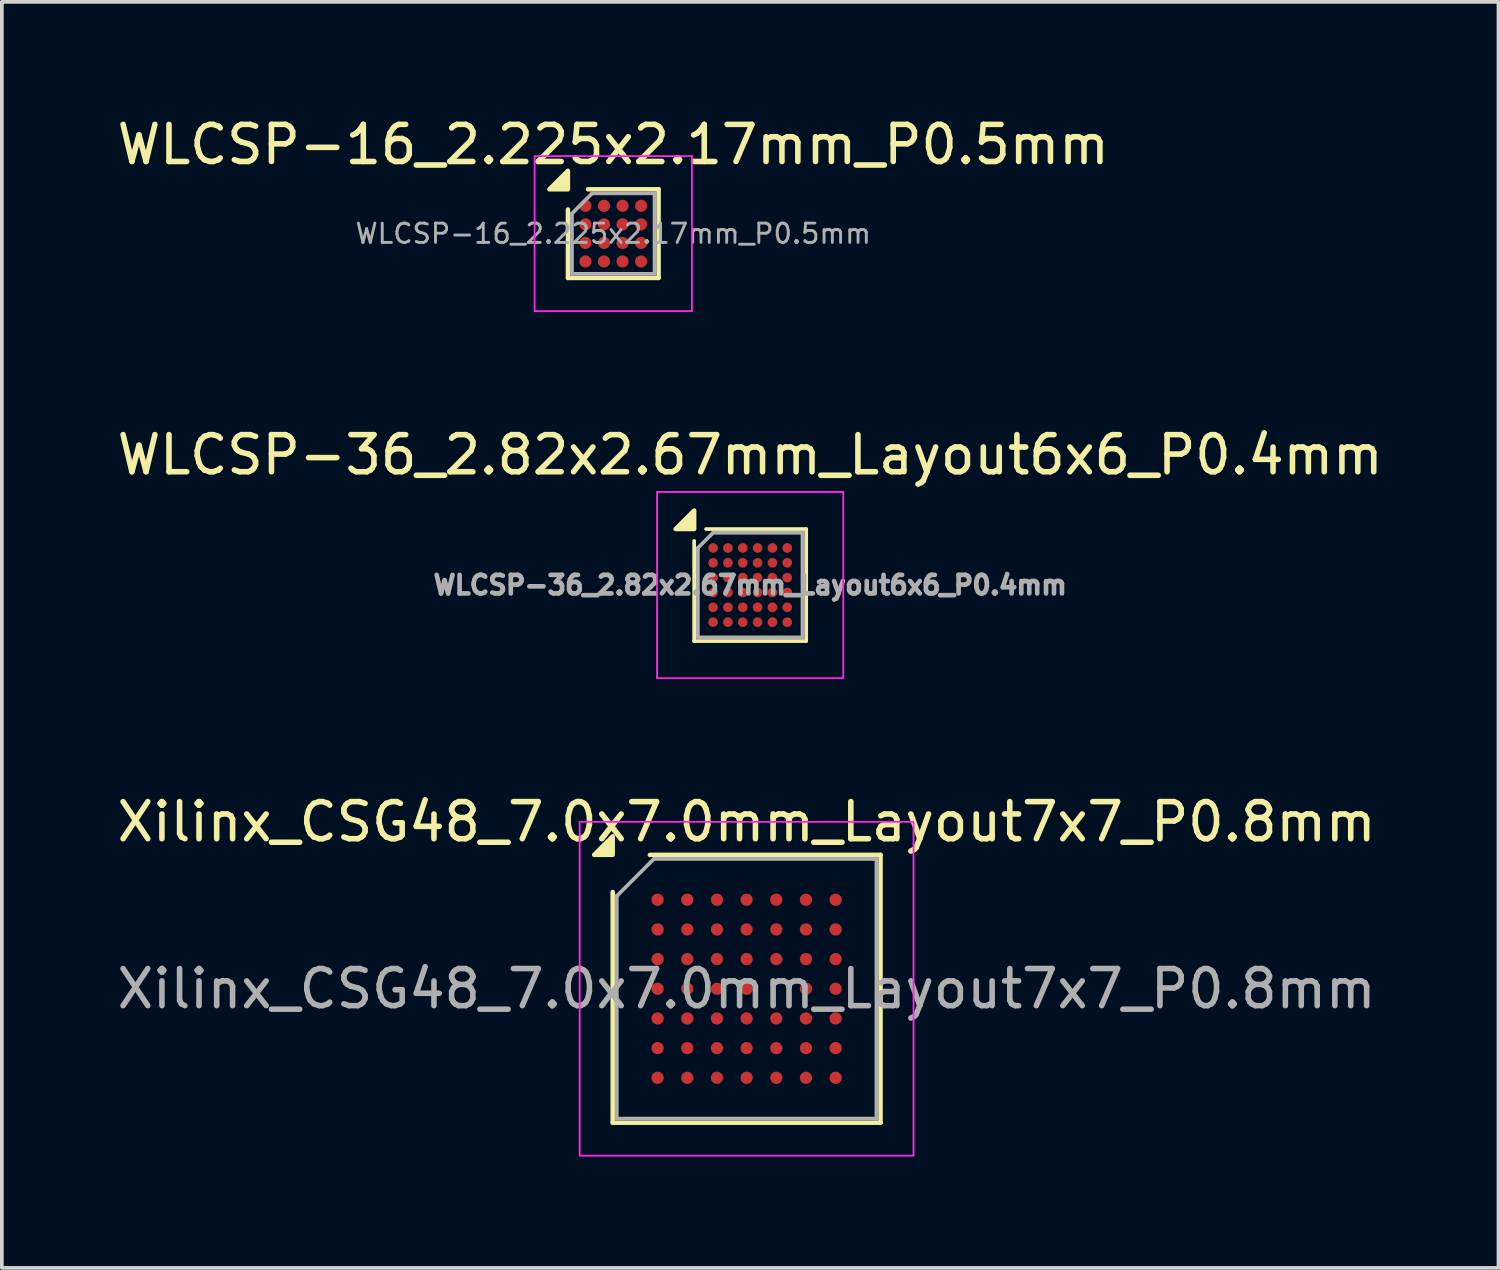
<source format=kicad_pcb>
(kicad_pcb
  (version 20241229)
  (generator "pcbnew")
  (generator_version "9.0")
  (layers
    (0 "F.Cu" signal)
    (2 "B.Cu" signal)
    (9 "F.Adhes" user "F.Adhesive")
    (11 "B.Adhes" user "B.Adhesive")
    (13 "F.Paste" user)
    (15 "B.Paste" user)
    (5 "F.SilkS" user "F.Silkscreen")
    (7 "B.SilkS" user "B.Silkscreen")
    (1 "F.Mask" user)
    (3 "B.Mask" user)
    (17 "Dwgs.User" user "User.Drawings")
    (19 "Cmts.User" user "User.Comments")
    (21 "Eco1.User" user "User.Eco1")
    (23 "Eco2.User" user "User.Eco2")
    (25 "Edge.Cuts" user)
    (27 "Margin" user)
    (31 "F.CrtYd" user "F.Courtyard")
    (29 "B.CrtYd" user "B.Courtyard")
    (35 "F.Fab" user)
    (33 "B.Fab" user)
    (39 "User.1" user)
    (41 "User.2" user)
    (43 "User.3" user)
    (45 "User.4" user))
  (footprint "Xilinx_CSG48_7.0x7.0mm_Layout7x7_P0.8mm"
    (layer "F.Cu")
    (at 17.077 23.605)
    (property "Reference" "Xilinx_CSG48_7.0x7.0mm_Layout7x7_P0.8mm" (at 0 -4.5 0) (layer "F.SilkS") (effects (font (size 1 1) (thickness 0.15))))
    (attr smd)
    (fp_line (start -3.61 3.61) (end -3.61 -2.61) (stroke (width 0.12) (type solid)) (layer "F.SilkS"))
    (fp_line (start -2.61 -3.61) (end 3.61 -3.61) (stroke (width 0.12) (type solid)) (layer "F.SilkS"))
    (fp_line (start 3.61 -3.61) (end 3.61 3.61) (stroke (width 0.12) (type solid)) (layer "F.SilkS"))
    (fp_line (start 3.61 3.61) (end -3.61 3.61) (stroke (width 0.12) (type solid)) (layer "F.SilkS"))
    (fp_poly (pts (xy -3.61 -3.61) (xy -4.11 -3.61) (xy -3.61 -4.11)) (stroke (width 0.12) (type solid)) (fill yes) (layer "F.SilkS"))
    (fp_rect (start -4.5 -4.5) (end 4.5 4.5) (stroke (width 0.05) (type solid)) (fill no) (layer "F.CrtYd"))
    (fp_line (start -3.5 -2.5) (end -2.5 -3.5) (stroke (width 0.1) (type solid)) (layer "F.Fab"))
    (fp_line (start -3.5 3.5) (end -3.5 -2.5) (stroke (width 0.1) (type solid)) (layer "F.Fab"))
    (fp_line (start -2.5 -3.5) (end 3.5 -3.5) (stroke (width 0.1) (type solid)) (layer "F.Fab"))
    (fp_line (start 3.5 -3.5) (end 3.5 3.5) (stroke (width 0.1) (type solid)) (layer "F.Fab"))
    (fp_line (start 3.5 3.5) (end -3.5 3.5) (stroke (width 0.1) (type solid)) (layer "F.Fab"))
    (fp_text user "${REFERENCE}" (at 0 0 0) (layer "F.Fab") (effects (font (size 1 1) (thickness 0.15))))
    (pad "A1" smd circle (at -2.4 -2.4) (size 0.33 0.33) (property pad_prop_bga) (layers "F.Cu" "F.Mask" "F.Paste"))
    (pad "A2" smd circle (at -1.6 -2.4) (size 0.33 0.33) (property pad_prop_bga) (layers "F.Cu" "F.Mask" "F.Paste"))
    (pad "A3" smd circle (at -0.8 -2.4) (size 0.33 0.33) (property pad_prop_bga) (layers "F.Cu" "F.Mask" "F.Paste"))
    (pad "A4" smd circle (at 0 -2.4) (size 0.33 0.33) (property pad_prop_bga) (layers "F.Cu" "F.Mask" "F.Paste"))
    (pad "A5" smd circle (at 0.8 -2.4) (size 0.33 0.33) (property pad_prop_bga) (layers "F.Cu" "F.Mask" "F.Paste"))
    (pad "A6" smd circle (at 1.6 -2.4) (size 0.33 0.33) (property pad_prop_bga) (layers "F.Cu" "F.Mask" "F.Paste"))
    (pad "A7" smd circle (at 2.4 -2.4) (size 0.33 0.33) (property pad_prop_bga) (layers "F.Cu" "F.Mask" "F.Paste"))
    (pad "B1" smd circle (at -2.4 -1.6) (size 0.33 0.33) (property pad_prop_bga) (layers "F.Cu" "F.Mask" "F.Paste"))
    (pad "B2" smd circle (at -1.6 -1.6) (size 0.33 0.33) (property pad_prop_bga) (layers "F.Cu" "F.Mask" "F.Paste"))
    (pad "B3" smd circle (at -0.8 -1.6) (size 0.33 0.33) (property pad_prop_bga) (layers "F.Cu" "F.Mask" "F.Paste"))
    (pad "B4" smd circle (at 0 -1.6) (size 0.33 0.33) (property pad_prop_bga) (layers "F.Cu" "F.Mask" "F.Paste"))
    (pad "B5" smd circle (at 0.8 -1.6) (size 0.33 0.33) (property pad_prop_bga) (layers "F.Cu" "F.Mask" "F.Paste"))
    (pad "B6" smd circle (at 1.6 -1.6) (size 0.33 0.33) (property pad_prop_bga) (layers "F.Cu" "F.Mask" "F.Paste"))
    (pad "B7" smd circle (at 2.4 -1.6) (size 0.33 0.33) (property pad_prop_bga) (layers "F.Cu" "F.Mask" "F.Paste"))
    (pad "C1" smd circle (at -2.4 -0.8) (size 0.33 0.33) (property pad_prop_bga) (layers "F.Cu" "F.Mask" "F.Paste"))
    (pad "C2" smd circle (at -1.6 -0.8) (size 0.33 0.33) (property pad_prop_bga) (layers "F.Cu" "F.Mask" "F.Paste"))
    (pad "C3" smd circle (at -0.8 -0.8) (size 0.33 0.33) (property pad_prop_bga) (layers "F.Cu" "F.Mask" "F.Paste"))
    (pad "C4" smd circle (at 0 -0.8) (size 0.33 0.33) (property pad_prop_bga) (layers "F.Cu" "F.Mask" "F.Paste"))
    (pad "C5" smd circle (at 0.8 -0.8) (size 0.33 0.33) (property pad_prop_bga) (layers "F.Cu" "F.Mask" "F.Paste"))
    (pad "C6" smd circle (at 1.6 -0.8) (size 0.33 0.33) (property pad_prop_bga) (layers "F.Cu" "F.Mask" "F.Paste"))
    (pad "C7" smd circle (at 2.4 -0.8) (size 0.33 0.33) (property pad_prop_bga) (layers "F.Cu" "F.Mask" "F.Paste"))
    (pad "D1" smd circle (at -2.4 0) (size 0.33 0.33) (property pad_prop_bga) (layers "F.Cu" "F.Mask" "F.Paste"))
    (pad "D2" smd circle (at -1.6 0) (size 0.33 0.33) (property pad_prop_bga) (layers "F.Cu" "F.Mask" "F.Paste"))
    (pad "D3" smd circle (at -0.8 0) (size 0.33 0.33) (property pad_prop_bga) (layers "F.Cu" "F.Mask" "F.Paste"))
    (pad "D4" smd circle (at 0 0) (size 0.33 0.33) (property pad_prop_bga) (layers "F.Cu" "F.Mask" "F.Paste"))
    (pad "D6" smd circle (at 1.6 0) (size 0.33 0.33) (property pad_prop_bga) (layers "F.Cu" "F.Mask" "F.Paste"))
    (pad "D7" smd circle (at 2.4 0) (size 0.33 0.33) (property pad_prop_bga) (layers "F.Cu" "F.Mask" "F.Paste"))
    (pad "E1" smd circle (at -2.4 0.8) (size 0.33 0.33) (property pad_prop_bga) (layers "F.Cu" "F.Mask" "F.Paste"))
    (pad "E2" smd circle (at -1.6 0.8) (size 0.33 0.33) (property pad_prop_bga) (layers "F.Cu" "F.Mask" "F.Paste"))
    (pad "E3" smd circle (at -0.8 0.8) (size 0.33 0.33) (property pad_prop_bga) (layers "F.Cu" "F.Mask" "F.Paste"))
    (pad "E4" smd circle (at 0 0.8) (size 0.33 0.33) (property pad_prop_bga) (layers "F.Cu" "F.Mask" "F.Paste"))
    (pad "E5" smd circle (at 0.8 0.8) (size 0.33 0.33) (property pad_prop_bga) (layers "F.Cu" "F.Mask" "F.Paste"))
    (pad "E6" smd circle (at 1.6 0.8) (size 0.33 0.33) (property pad_prop_bga) (layers "F.Cu" "F.Mask" "F.Paste"))
    (pad "E7" smd circle (at 2.4 0.8) (size 0.33 0.33) (property pad_prop_bga) (layers "F.Cu" "F.Mask" "F.Paste"))
    (pad "F1" smd circle (at -2.4 1.6) (size 0.33 0.33) (property pad_prop_bga) (layers "F.Cu" "F.Mask" "F.Paste"))
    (pad "F2" smd circle (at -1.6 1.6) (size 0.33 0.33) (property pad_prop_bga) (layers "F.Cu" "F.Mask" "F.Paste"))
    (pad "F3" smd circle (at -0.8 1.6) (size 0.33 0.33) (property pad_prop_bga) (layers "F.Cu" "F.Mask" "F.Paste"))
    (pad "F4" smd circle (at 0 1.6) (size 0.33 0.33) (property pad_prop_bga) (layers "F.Cu" "F.Mask" "F.Paste"))
    (pad "F5" smd circle (at 0.8 1.6) (size 0.33 0.33) (property pad_prop_bga) (layers "F.Cu" "F.Mask" "F.Paste"))
    (pad "F6" smd circle (at 1.6 1.6) (size 0.33 0.33) (property pad_prop_bga) (layers "F.Cu" "F.Mask" "F.Paste"))
    (pad "F7" smd circle (at 2.4 1.6) (size 0.33 0.33) (property pad_prop_bga) (layers "F.Cu" "F.Mask" "F.Paste"))
    (pad "G1" smd circle (at -2.4 2.4) (size 0.33 0.33) (property pad_prop_bga) (layers "F.Cu" "F.Mask" "F.Paste"))
    (pad "G2" smd circle (at -1.6 2.4) (size 0.33 0.33) (property pad_prop_bga) (layers "F.Cu" "F.Mask" "F.Paste"))
    (pad "G3" smd circle (at -0.8 2.4) (size 0.33 0.33) (property pad_prop_bga) (layers "F.Cu" "F.Mask" "F.Paste"))
    (pad "G4" smd circle (at 0 2.4) (size 0.33 0.33) (property pad_prop_bga) (layers "F.Cu" "F.Mask" "F.Paste"))
    (pad "G5" smd circle (at 0.8 2.4) (size 0.33 0.33) (property pad_prop_bga) (layers "F.Cu" "F.Mask" "F.Paste"))
    (pad "G6" smd circle (at 1.6 2.4) (size 0.33 0.33) (property pad_prop_bga) (layers "F.Cu" "F.Mask" "F.Paste"))
    (pad "G7" smd circle (at 2.4 2.4) (size 0.33 0.33) (property pad_prop_bga) (layers "F.Cu" "F.Mask" "F.Paste")))
  (footprint "WLCSP-36_2.82x2.67mm_Layout6x6_P0.4mm"
    (layer "F.Cu")
    (at 17.173 12.722)
    (property "Reference" "WLCSP-36_2.82x2.67mm_Layout6x6_P0.4mm" (at 0 -3.51 0) (layer "F.SilkS") (effects (font (size 1 1) (thickness 0.15))))
    (attr smd)
    (fp_line (start -1.51 1.51) (end -1.51 -1.19) (stroke (width 0.1) (type solid)) (layer "F.SilkS"))
    (fp_line (start -1.51 1.51) (end 1.51 1.51) (stroke (width 0.1) (type solid)) (layer "F.SilkS"))
    (fp_line (start -1.19 -1.51) (end 1.51 -1.51) (stroke (width 0.1) (type solid)) (layer "F.SilkS"))
    (fp_line (start 1.51 1.51) (end 1.51 -1.51) (stroke (width 0.1) (type solid)) (layer "F.SilkS"))
    (fp_poly (pts (xy -1.51 -1.51) (xy -2.01 -1.51) (xy -1.51 -2.01) (xy -1.51 -1.51)) (stroke (width 0.12) (type solid)) (fill yes) (layer "F.SilkS"))
    (fp_line (start -2.51 -2.51) (end 2.51 -2.51) (stroke (width 0.05) (type solid)) (layer "F.CrtYd"))
    (fp_line (start -2.51 2.51) (end -2.51 -2.51) (stroke (width 0.05) (type solid)) (layer "F.CrtYd"))
    (fp_line (start -2.51 2.51) (end 2.51 2.51) (stroke (width 0.05) (type solid)) (layer "F.CrtYd"))
    (fp_line (start 2.51 2.51) (end 2.51 -2.51) (stroke (width 0.05) (type solid)) (layer "F.CrtYd"))
    (fp_line (start -1.41 -1) (end -1 -1.41) (stroke (width 0.1) (type solid)) (layer "F.Fab"))
    (fp_line (start -1.41 1.41) (end -1.41 -1) (stroke (width 0.1) (type solid)) (layer "F.Fab"))
    (fp_line (start -1.41 1.41) (end 1.41 1.41) (stroke (width 0.1) (type solid)) (layer "F.Fab"))
    (fp_line (start -1 -1.41) (end 1.41 -1.41) (stroke (width 0.1) (type solid)) (layer "F.Fab"))
    (fp_line (start 1.41 1.41) (end 1.41 -1.41) (stroke (width 0.1) (type solid)) (layer "F.Fab"))
    (fp_text user "${REFERENCE}" (at 0 0 0) (layer "F.Fab") (effects (font (size 0.5 0.5) (thickness 0.125))))
    (pad "A1" smd circle (at -1 -1) (size 0.26 0.26) (property pad_prop_bga) (layers "F.Cu" "F.Mask" "F.Paste"))
    (pad "A2" smd circle (at -0.6 -1) (size 0.26 0.26) (property pad_prop_bga) (layers "F.Cu" "F.Mask" "F.Paste"))
    (pad "A3" smd circle (at -0.2 -1) (size 0.26 0.26) (property pad_prop_bga) (layers "F.Cu" "F.Mask" "F.Paste"))
    (pad "A4" smd circle (at 0.2 -1) (size 0.26 0.26) (property pad_prop_bga) (layers "F.Cu" "F.Mask" "F.Paste"))
    (pad "A5" smd circle (at 0.6 -1) (size 0.26 0.26) (property pad_prop_bga) (layers "F.Cu" "F.Mask" "F.Paste"))
    (pad "A6" smd circle (at 1 -1) (size 0.26 0.26) (property pad_prop_bga) (layers "F.Cu" "F.Mask" "F.Paste"))
    (pad "B1" smd circle (at -1 -0.6) (size 0.26 0.26) (property pad_prop_bga) (layers "F.Cu" "F.Mask" "F.Paste"))
    (pad "B2" smd circle (at -0.6 -0.6) (size 0.26 0.26) (property pad_prop_bga) (layers "F.Cu" "F.Mask" "F.Paste"))
    (pad "B3" smd circle (at -0.2 -0.6) (size 0.26 0.26) (property pad_prop_bga) (layers "F.Cu" "F.Mask" "F.Paste"))
    (pad "B4" smd circle (at 0.2 -0.6) (size 0.26 0.26) (property pad_prop_bga) (layers "F.Cu" "F.Mask" "F.Paste"))
    (pad "B5" smd circle (at 0.6 -0.6) (size 0.26 0.26) (property pad_prop_bga) (layers "F.Cu" "F.Mask" "F.Paste"))
    (pad "B6" smd circle (at 1 -0.6) (size 0.26 0.26) (property pad_prop_bga) (layers "F.Cu" "F.Mask" "F.Paste"))
    (pad "C1" smd circle (at -1 -0.2) (size 0.26 0.26) (property pad_prop_bga) (layers "F.Cu" "F.Mask" "F.Paste"))
    (pad "C2" smd circle (at -0.6 -0.2) (size 0.26 0.26) (property pad_prop_bga) (layers "F.Cu" "F.Mask" "F.Paste"))
    (pad "C3" smd circle (at -0.2 -0.2) (size 0.26 0.26) (property pad_prop_bga) (layers "F.Cu" "F.Mask" "F.Paste"))
    (pad "C4" smd circle (at 0.2 -0.2) (size 0.26 0.26) (property pad_prop_bga) (layers "F.Cu" "F.Mask" "F.Paste"))
    (pad "C5" smd circle (at 0.6 -0.2) (size 0.26 0.26) (property pad_prop_bga) (layers "F.Cu" "F.Mask" "F.Paste"))
    (pad "C6" smd circle (at 1 -0.2) (size 0.26 0.26) (property pad_prop_bga) (layers "F.Cu" "F.Mask" "F.Paste"))
    (pad "D1" smd circle (at -1 0.2) (size 0.26 0.26) (property pad_prop_bga) (layers "F.Cu" "F.Mask" "F.Paste"))
    (pad "D2" smd circle (at -0.6 0.2) (size 0.26 0.26) (property pad_prop_bga) (layers "F.Cu" "F.Mask" "F.Paste"))
    (pad "D3" smd circle (at -0.2 0.2) (size 0.26 0.26) (property pad_prop_bga) (layers "F.Cu" "F.Mask" "F.Paste"))
    (pad "D4" smd circle (at 0.2 0.2) (size 0.26 0.26) (property pad_prop_bga) (layers "F.Cu" "F.Mask" "F.Paste"))
    (pad "D5" smd circle (at 0.6 0.2) (size 0.26 0.26) (property pad_prop_bga) (layers "F.Cu" "F.Mask" "F.Paste"))
    (pad "D6" smd circle (at 1 0.2) (size 0.26 0.26) (property pad_prop_bga) (layers "F.Cu" "F.Mask" "F.Paste"))
    (pad "E1" smd circle (at -1 0.6) (size 0.26 0.26) (property pad_prop_bga) (layers "F.Cu" "F.Mask" "F.Paste"))
    (pad "E2" smd circle (at -0.6 0.6) (size 0.26 0.26) (property pad_prop_bga) (layers "F.Cu" "F.Mask" "F.Paste"))
    (pad "E3" smd circle (at -0.2 0.6) (size 0.26 0.26) (property pad_prop_bga) (layers "F.Cu" "F.Mask" "F.Paste"))
    (pad "E4" smd circle (at 0.2 0.6) (size 0.26 0.26) (property pad_prop_bga) (layers "F.Cu" "F.Mask" "F.Paste"))
    (pad "E5" smd circle (at 0.6 0.6) (size 0.26 0.26) (property pad_prop_bga) (layers "F.Cu" "F.Mask" "F.Paste"))
    (pad "E6" smd circle (at 1 0.6) (size 0.26 0.26) (property pad_prop_bga) (layers "F.Cu" "F.Mask" "F.Paste"))
    (pad "F1" smd circle (at -1 1) (size 0.26 0.26) (property pad_prop_bga) (layers "F.Cu" "F.Mask" "F.Paste"))
    (pad "F2" smd circle (at -0.6 1) (size 0.26 0.26) (property pad_prop_bga) (layers "F.Cu" "F.Mask" "F.Paste"))
    (pad "F3" smd circle (at -0.2 1) (size 0.26 0.26) (property pad_prop_bga) (layers "F.Cu" "F.Mask" "F.Paste"))
    (pad "F4" smd circle (at 0.2 1) (size 0.26 0.26) (property pad_prop_bga) (layers "F.Cu" "F.Mask" "F.Paste"))
    (pad "F5" smd circle (at 0.6 1) (size 0.26 0.26) (property pad_prop_bga) (layers "F.Cu" "F.Mask" "F.Paste"))
    (pad "F6" smd circle (at 1 1) (size 0.26 0.26) (property pad_prop_bga) (layers "F.Cu" "F.Mask" "F.Paste")))
  (footprint "WLCSP-16_2.225x2.17mm_P0.5mm"
    (layer "F.Cu")
    (at 13.482 3.248)
    (property "Reference" "WLCSP-16_2.225x2.17mm_P0.5mm" (at 0 -2.4 0) (layer "F.SilkS") (effects (font (size 1 1) (thickness 0.15))))
    (attr smd)
    (fp_line (start -1.222 1.195) (end -1.222 -0.652) (stroke (width 0.12) (type solid)) (layer "F.SilkS"))
    (fp_line (start -0.68 -1.195) (end 1.222 -1.195) (stroke (width 0.12) (type solid)) (layer "F.SilkS"))
    (fp_line (start 1.222 -1.195) (end 1.222 1.195) (stroke (width 0.12) (type solid)) (layer "F.SilkS"))
    (fp_line (start 1.222 1.195) (end -1.222 1.195) (stroke (width 0.12) (type solid)) (layer "F.SilkS"))
    (fp_poly (pts (xy -1.222 -1.195) (xy -1.722 -1.195) (xy -1.222 -1.695) (xy -1.222 -1.195)) (stroke (width 0.12) (type solid)) (fill yes) (layer "F.SilkS"))
    (fp_line (start -2.12 -2.09) (end -2.12 2.09) (stroke (width 0.05) (type solid)) (layer "F.CrtYd"))
    (fp_line (start -2.12 2.09) (end 2.12 2.09) (stroke (width 0.05) (type solid)) (layer "F.CrtYd"))
    (fp_line (start 2.12 -2.09) (end -2.12 -2.09) (stroke (width 0.05) (type solid)) (layer "F.CrtYd"))
    (fp_line (start 2.12 2.09) (end 2.12 -2.09) (stroke (width 0.05) (type solid)) (layer "F.CrtYd"))
    (fp_line (start -1.113 -0.542) (end -0.57 -1.085) (stroke (width 0.1) (type solid)) (layer "F.Fab"))
    (fp_line (start -1.113 1.085) (end -1.113 -0.542) (stroke (width 0.1) (type solid)) (layer "F.Fab"))
    (fp_line (start -0.57 -1.085) (end 1.113 -1.085) (stroke (width 0.1) (type solid)) (layer "F.Fab"))
    (fp_line (start 1.113 -1.085) (end 1.113 1.085) (stroke (width 0.1) (type solid)) (layer "F.Fab"))
    (fp_line (start 1.113 1.085) (end -1.113 1.085) (stroke (width 0.1) (type solid)) (layer "F.Fab"))
    (fp_text user "${REFERENCE}" (at 0 0 0) (layer "F.Fab") (effects (font (size 0.52 0.52) (thickness 0.078))))
    (pad "A1" smd circle (at -0.75 -0.75) (size 0.327 0.327) (property pad_prop_bga) (layers "F.Cu" "F.Mask" "F.Paste"))
    (pad "A2" smd circle (at -0.25 -0.75) (size 0.327 0.327) (property pad_prop_bga) (layers "F.Cu" "F.Mask" "F.Paste"))
    (pad "A3" smd circle (at 0.25 -0.75) (size 0.327 0.327) (property pad_prop_bga) (layers "F.Cu" "F.Mask" "F.Paste"))
    (pad "A4" smd circle (at 0.75 -0.75) (size 0.327 0.327) (property pad_prop_bga) (layers "F.Cu" "F.Mask" "F.Paste"))
    (pad "B1" smd circle (at -0.75 -0.25) (size 0.327 0.327) (property pad_prop_bga) (layers "F.Cu" "F.Mask" "F.Paste"))
    (pad "B2" smd circle (at -0.25 -0.25) (size 0.327 0.327) (property pad_prop_bga) (layers "F.Cu" "F.Mask" "F.Paste"))
    (pad "B3" smd circle (at 0.25 -0.25) (size 0.327 0.327) (property pad_prop_bga) (layers "F.Cu" "F.Mask" "F.Paste"))
    (pad "B4" smd circle (at 0.75 -0.25) (size 0.327 0.327) (property pad_prop_bga) (layers "F.Cu" "F.Mask" "F.Paste"))
    (pad "C1" smd circle (at -0.75 0.25) (size 0.327 0.327) (property pad_prop_bga) (layers "F.Cu" "F.Mask" "F.Paste"))
    (pad "C2" smd circle (at -0.25 0.25) (size 0.327 0.327) (property pad_prop_bga) (layers "F.Cu" "F.Mask" "F.Paste"))
    (pad "C3" smd circle (at 0.25 0.25) (size 0.327 0.327) (property pad_prop_bga) (layers "F.Cu" "F.Mask" "F.Paste"))
    (pad "C4" smd circle (at 0.75 0.25) (size 0.327 0.327) (property pad_prop_bga) (layers "F.Cu" "F.Mask" "F.Paste"))
    (pad "D1" smd circle (at -0.75 0.75) (size 0.327 0.327) (property pad_prop_bga) (layers "F.Cu" "F.Mask" "F.Paste"))
    (pad "D2" smd circle (at -0.25 0.75) (size 0.327 0.327) (property pad_prop_bga) (layers "F.Cu" "F.Mask" "F.Paste"))
    (pad "D3" smd circle (at 0.25 0.75) (size 0.327 0.327) (property pad_prop_bga) (layers "F.Cu" "F.Mask" "F.Paste"))
    (pad "D4" smd circle (at 0.75 0.75) (size 0.327 0.327) (property pad_prop_bga) (layers "F.Cu" "F.Mask" "F.Paste")))
  (gr_rect
    (start -3 -3)
    (end 37.345 31.13)
    (stroke (width 0.1) (type default))
    (fill no)
    (layer "Edge.Cuts")))
</source>
